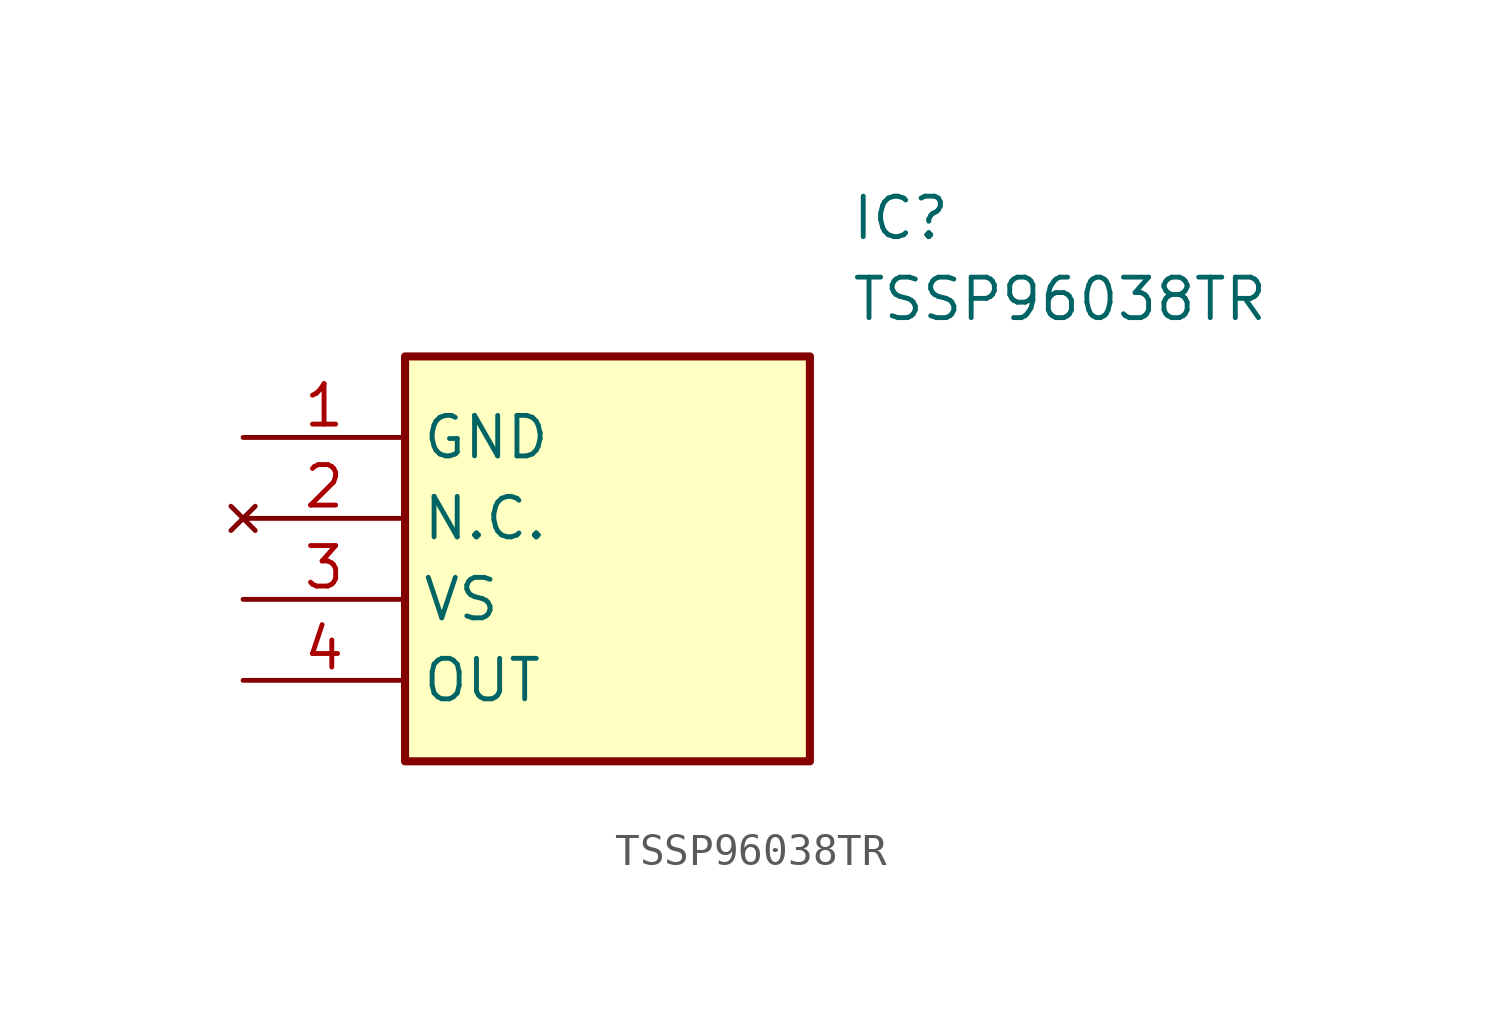
<source format=kicad_sym>
(kicad_symbol_lib
  (version 20211014)
  (generator SamacSys_ECAD_Model)
  (symbol "TSSP96038TR"
    (property "Reference" "IC"
      (at 19.05 7.62 0)
      (effects (font (size 1.27 1.27)) (justify left top)))
    (property "Value" "TSSP96038TR"
      (at 19.05 5.08 0)
      (effects (font (size 1.27 1.27)) (justify left top)))
    (rectangle
      (start 5.08 2.54)
      (end 17.78 -10.16)
      (stroke (width 0.254) (type default))
      (fill (type background)))
    (pin passive line
      (at 0 0 0)
      (length 5.08)
      (name "GND" (effects (font (size 1.27 1.27))))
      (number "1" (effects (font (size 1.27 1.27)))))
    (pin no_connect line
      (at 0 -2.54 0)
      (length 5.08)
      (name "N.C." (effects (font (size 1.27 1.27))))
      (number "2" (effects (font (size 1.27 1.27)))))
    (pin passive line
      (at 0 -5.08 0)
      (length 5.08)
      (name "VS" (effects (font (size 1.27 1.27))))
      (number "3" (effects (font (size 1.27 1.27)))))
    (pin passive line
      (at 0 -7.62 0)
      (length 5.08)
      (name "OUT" (effects (font (size 1.27 1.27))))
      (number "4" (effects (font (size 1.27 1.27)))))))
</source>
